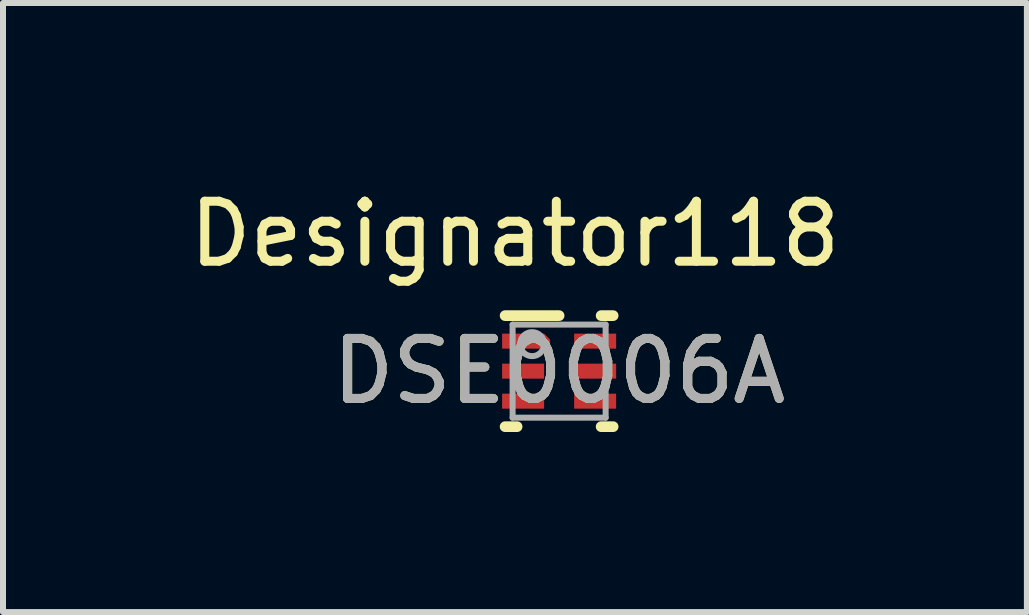
<source format=kicad_pcb>
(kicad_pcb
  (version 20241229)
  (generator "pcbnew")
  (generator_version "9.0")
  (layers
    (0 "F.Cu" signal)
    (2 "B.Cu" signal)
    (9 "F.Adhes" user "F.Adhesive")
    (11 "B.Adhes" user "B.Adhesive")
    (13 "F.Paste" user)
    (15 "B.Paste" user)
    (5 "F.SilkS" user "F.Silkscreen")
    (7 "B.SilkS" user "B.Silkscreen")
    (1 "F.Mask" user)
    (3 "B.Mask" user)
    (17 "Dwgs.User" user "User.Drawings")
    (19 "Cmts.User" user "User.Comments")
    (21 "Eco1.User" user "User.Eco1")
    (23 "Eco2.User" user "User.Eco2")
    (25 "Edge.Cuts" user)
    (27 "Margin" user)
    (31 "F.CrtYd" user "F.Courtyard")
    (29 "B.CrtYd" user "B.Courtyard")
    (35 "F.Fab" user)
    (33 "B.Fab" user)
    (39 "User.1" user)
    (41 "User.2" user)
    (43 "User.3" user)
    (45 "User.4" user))
  (footprint "DSE0006A"
    (layer "F.Cu")
    (at 6.266 3.134)
    (property "Reference" "DSE0006A" (at 0 0 0) (unlocked yes) (layer "F.SilkS") (effects (font (size 1 1) (thickness 0.15))))
    (attr smd)
    (fp_poly (pts (xy -0.3 -0.625) (xy -0.25 -0.625) (xy -0.15 -0.525) (xy -0.15 -0.375) (xy -0.3 -0.375)) (stroke (width 0) (type solid)) (fill yes) (layer "F.Cu"))
    (fp_poly (pts (xy -0.351 -0.625) (xy -0.35 -0.635) (xy -0.347 -0.644) (xy -0.342 -0.653) (xy -0.336 -0.661) (xy -0.328 -0.667) (xy -0.319 -0.672) (xy -0.31 -0.675) (xy -0.3 -0.676) (xy -0.25 -0.676) (xy -0.24 -0.675) (xy -0.231 -0.672) (xy -0.222 -0.667) (xy -0.214 -0.661) (xy -0.114 -0.561) (xy -0.108 -0.553) (xy -0.103 -0.544) (xy -0.1 -0.535) (xy -0.099 -0.525) (xy -0.099 -0.375) (xy -0.1 -0.365) (xy -0.103 -0.356) (xy -0.108 -0.347) (xy -0.114 -0.339) (xy -0.122 -0.333) (xy -0.131 -0.328) (xy -0.14 -0.325) (xy -0.15 -0.324) (xy -0.3 -0.324) (xy -0.31 -0.325) (xy -0.319 -0.328) (xy -0.328 -0.333) (xy -0.336 -0.339) (xy -0.342 -0.347) (xy -0.347 -0.356) (xy -0.35 -0.365) (xy -0.351 -0.375)) (stroke (width 0) (type solid)) (fill yes) (layer "F.Mask"))
    (fp_line (start -0.9 -0.925) (end 0 -0.925) (stroke (width 0.178) (type solid)) (layer "F.SilkS"))
    (fp_line (start -0.9 0.925) (end -0.7 0.925) (stroke (width 0.178) (type solid)) (layer "F.SilkS"))
    (fp_line (start 0.7 -0.925) (end 0.9 -0.925) (stroke (width 0.178) (type solid)) (layer "F.SilkS"))
    (fp_line (start 0.7 0.925) (end 0.9 0.925) (stroke (width 0.178) (type solid)) (layer "F.SilkS"))
    (fp_poly (pts (xy -0.3 -0.625) (xy -0.25 -0.625) (xy -0.15 -0.525) (xy -0.15 -0.375) (xy -0.3 -0.375)) (stroke (width 0) (type solid)) (fill yes) (layer "F.Paste"))
    (fp_line (start -0.775 -0.775) (end 0.775 -0.775) (stroke (width 0.1) (type solid)) (layer "F.Fab"))
    (fp_line (start -0.775 0.775) (end -0.775 -0.775) (stroke (width 0.1) (type solid)) (layer "F.Fab"))
    (fp_line (start -0.775 0.775) (end 0.775 0.775) (stroke (width 0.1) (type solid)) (layer "F.Fab"))
    (fp_line (start 0.775 0.775) (end 0.775 -0.775) (stroke (width 0.1) (type solid)) (layer "F.Fab"))
    (fp_circle (center -0.45 -0.45) (end -0.25 -0.45) (stroke (width 0.1) (type solid)) (fill no) (layer "F.Fab"))
    (fp_text user "Designator118" (at -0.737 -2.286 0) (unlocked yes) (layer "F.SilkS") (effects (font (size 1 1) (thickness 0.15))))
    (fp_text user "${REFERENCE}" (at 0 0 0) (unlocked yes) (layer "F.Fab") (effects (font (size 1 1) (thickness 0.15))))
    (pad "1" smd rect (at -0.62 -0.5) (size 0.66 0.25) (layers "F.Cu" "F.Mask" "F.Paste"))
    (pad "2" smd rect (at -0.6 0) (size 0.7 0.25) (layers "F.Cu" "F.Mask" "F.Paste"))
    (pad "3" smd rect (at -0.6 0.5) (size 0.7 0.25) (layers "F.Cu" "F.Mask" "F.Paste"))
    (pad "4" smd rect (at 0.6 0.5) (size 0.7 0.25) (layers "F.Cu" "F.Mask" "F.Paste"))
    (pad "5" smd rect (at 0.6 0) (size 0.7 0.25) (layers "F.Cu" "F.Mask" "F.Paste"))
    (pad "6" smd rect (at 0.6 -0.5) (size 0.7 0.25) (layers "F.Cu" "F.Mask" "F.Paste")))
  (gr_rect
    (start -3 -3)
    (end 14.06 7.148)
    (stroke (width 0.1) (type default))
    (fill no)
    (layer "Edge.Cuts")))
</source>
